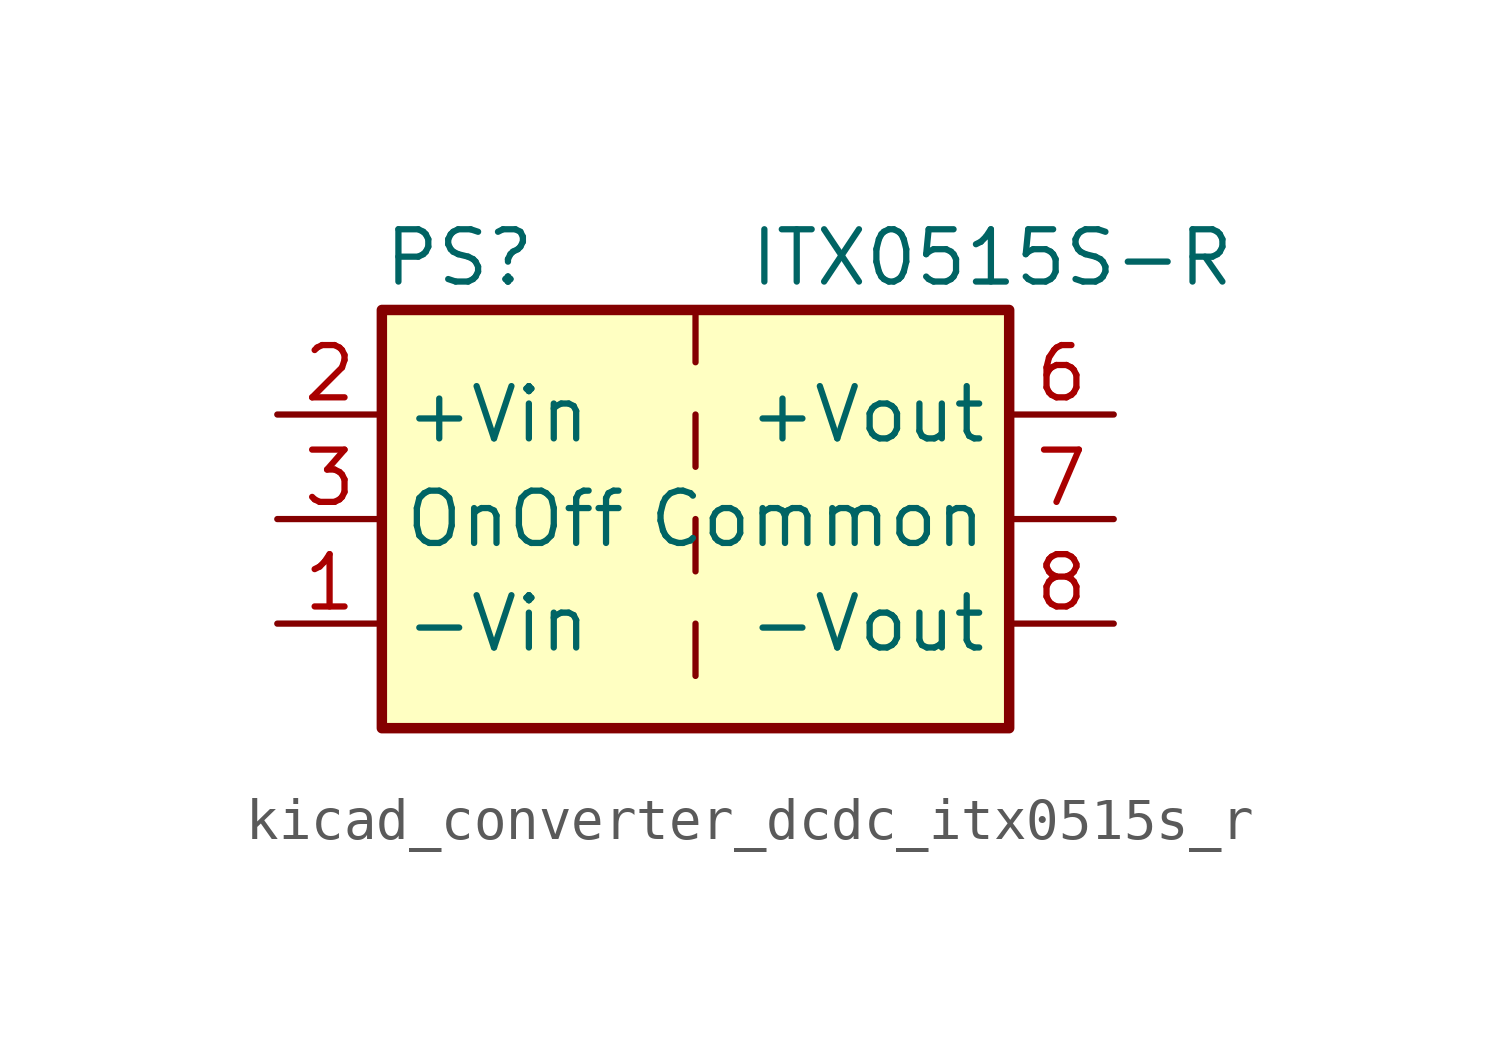
<source format=kicad_sym>
(kicad_symbol_lib
  (version 20220914)
  (generator kicad_symbol_editor)
  (symbol "kicad_converter_dcdc_itx0515s_r"
    (property "Reference" "PS"
      (at -7.62 6.35 0)
      (effects (font (size 1.27 1.27)) (justify left)))
    (property "Value" "ITX0515S-R"
      (at 1.27 6.35 0)
      (effects (font (size 1.27 1.27)) (justify left)))
    (symbol "kicad_converter_dcdc_itx0515s_r_0_0"
      (pin power_in line (at -10.16 -2.54 0) (length 2.54) (name "-Vin" (effects (font (size 1.27 1.27)))) (number "1" (effects (font (size 1.27 1.27)))))
      (pin power_in line (at -10.16 2.54 0) (length 2.54) (name "+Vin" (effects (font (size 1.27 1.27)))) (number "2" (effects (font (size 1.27 1.27)))))
      (pin input line (at -10.16 0 0) (length 2.54) (name "OnOff" (effects (font (size 1.27 1.27)))) (number "3" (effects (font (size 1.27 1.27)))))
      (pin no_connect line (at 0 5.08 270) (length 2.54) hide (name "NC" (effects (font (size 1.27 1.27)))) (number "5" (effects (font (size 1.27 1.27)))))
      (pin power_out line (at 10.16 2.54 180) (length 2.54) (name "+Vout" (effects (font (size 1.27 1.27)))) (number "6" (effects (font (size 1.27 1.27)))))
      (pin power_out line (at 10.16 0 180) (length 2.54) (name "Common" (effects (font (size 1.27 1.27)))) (number "7" (effects (font (size 1.27 1.27)))))
      (pin power_out line (at 10.16 -2.54 180) (length 2.54) (name "-Vout" (effects (font (size 1.27 1.27)))) (number "8" (effects (font (size 1.27 1.27))))))
    (symbol "kicad_converter_dcdc_itx0515s_r_0_1"
      (rectangle (start -7.62 5.08) (end 7.62 -5.08) (stroke (width 0.254) (type default)) (fill (type background)))
      (polyline (pts (xy 0 -2.54) (xy 0 -3.81)) (stroke (width 0) (type default)) (fill (type none)))
      (polyline (pts (xy 0 0) (xy 0 -1.27)) (stroke (width 0) (type default)) (fill (type none)))
      (polyline (pts (xy 0 2.54) (xy 0 1.27)) (stroke (width 0) (type default)) (fill (type none)))
      (polyline (pts (xy 0 5.08) (xy 0 3.81)) (stroke (width 0) (type default)) (fill (type none))))))
</source>
